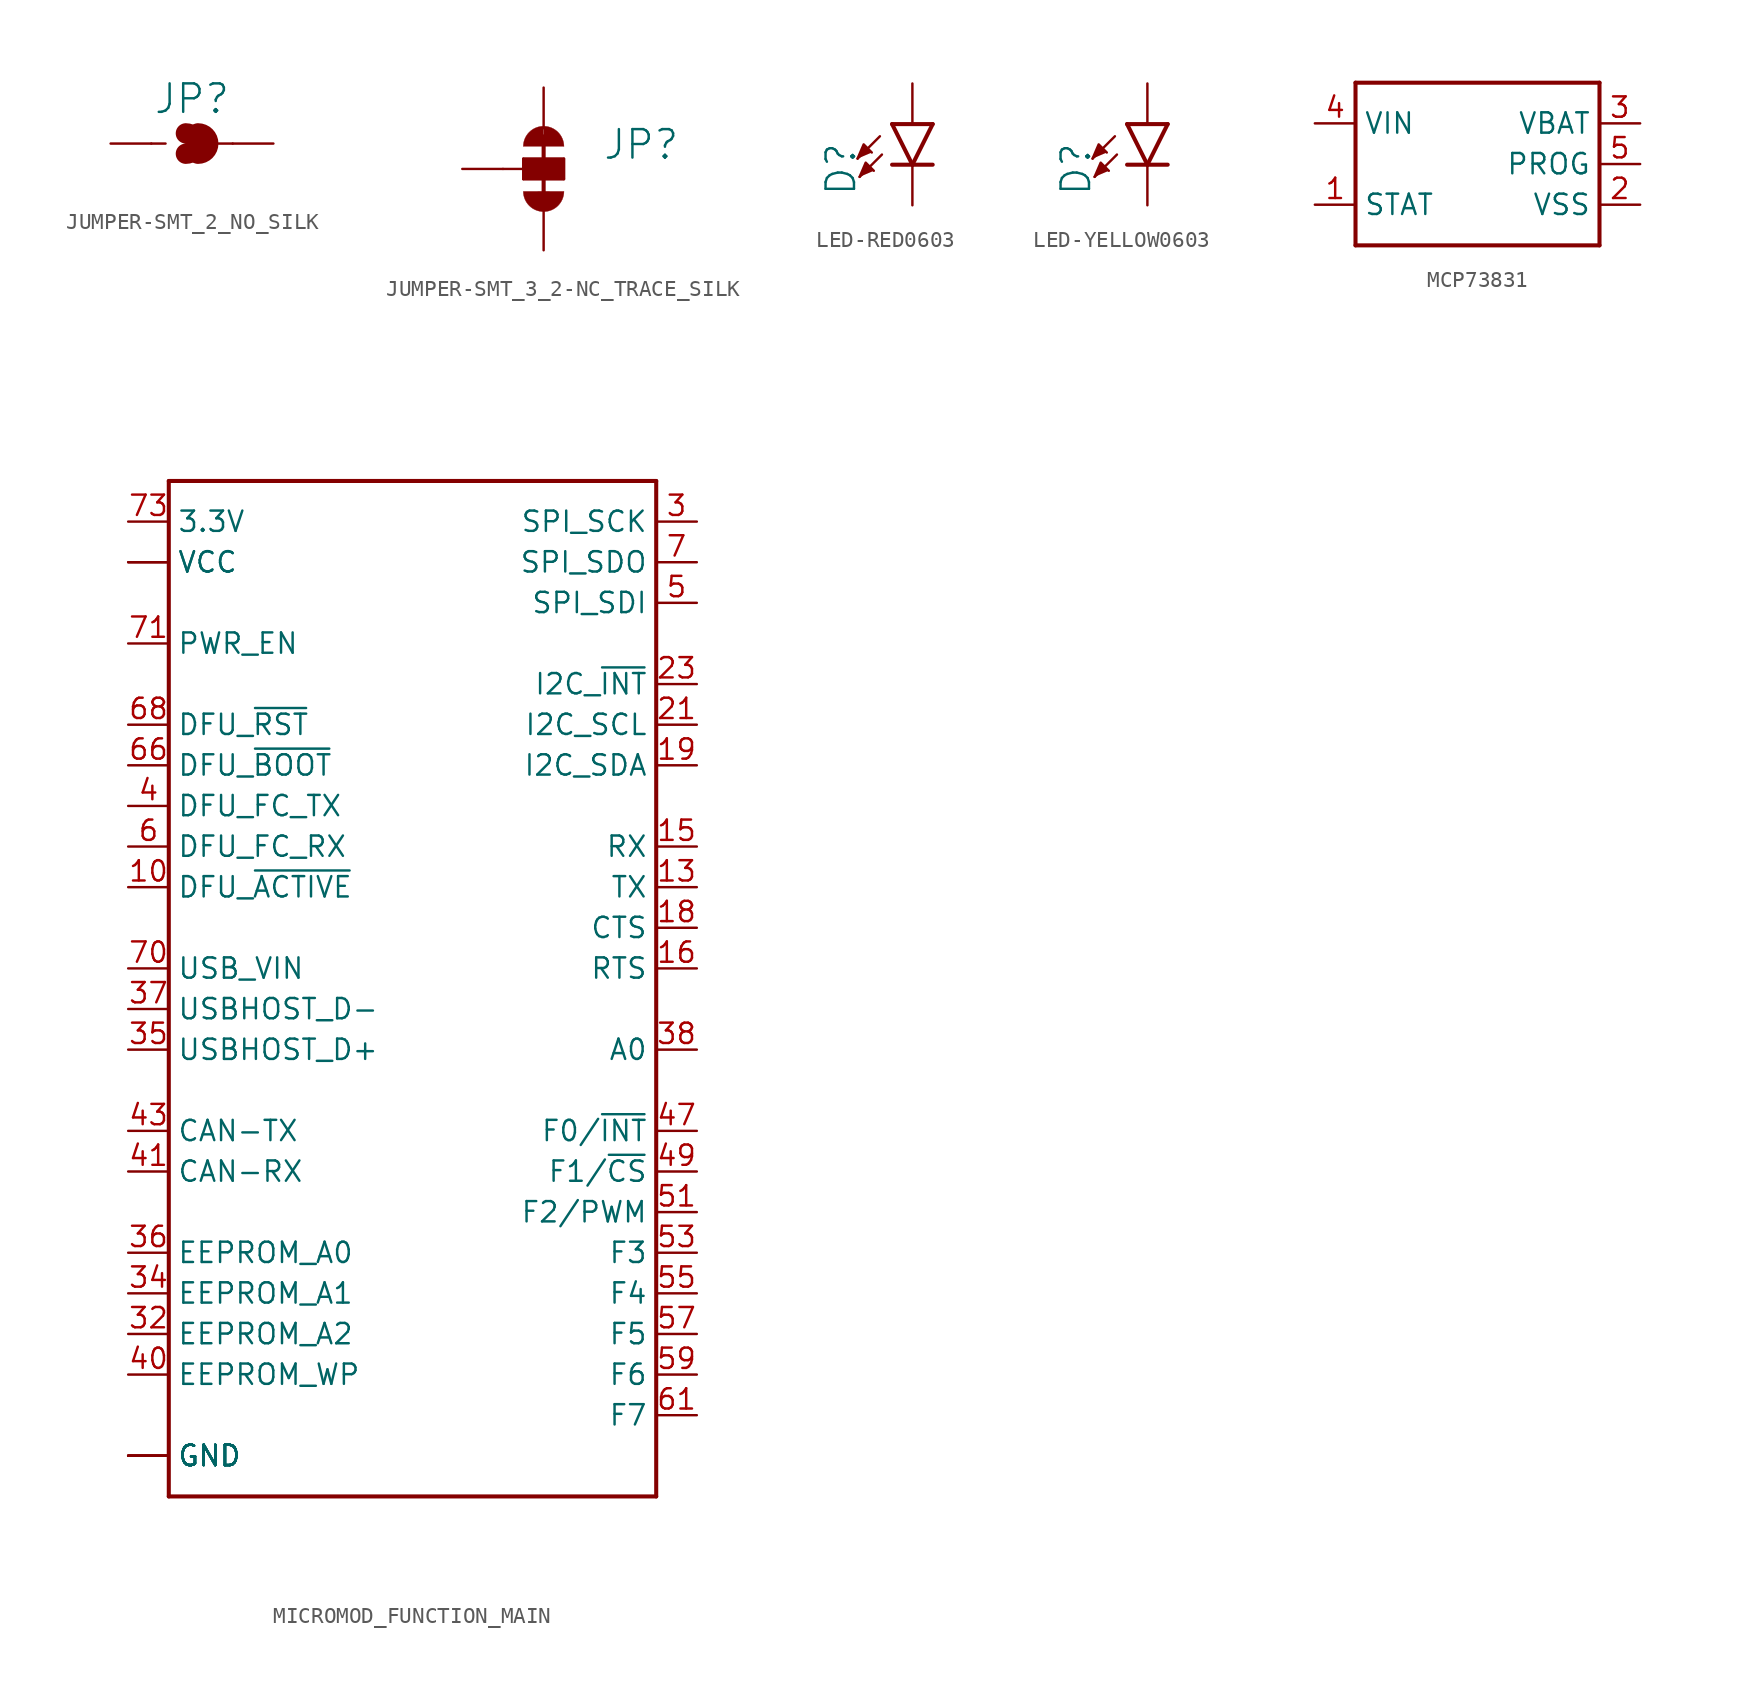
<source format=kicad_sym>
(kicad_symbol_lib
  (version 20241209)
  (generator "kicad_symbol_editor")
  (generator_version "9.0")
  (symbol "JUMPER-SMT_2_NO_SILK"
    (property "Reference" "JP"
      (at 0 2.794 0)
      (effects (font (size 1.778 1.778))))
    (property "Value" ""
      (at 0 -2.794 0)
      (effects (font (size 1.778 1.778))))
    (symbol "JUMPER-SMT_2_NO_SILK_1_0"
      (polyline (pts (xy -2.54 0) (xy -1.651 0)) (stroke (width 0.152) (type solid)) (fill (type none)))
      (arc (start -0.3808 0.635) (mid 0.2514 -0.0001) (end -0.381 -0.635) (stroke (width 1.27) (type solid)) (fill (type none)))
      (arc (start 0.381 0.635) (mid 1.0132 -0.0001) (end 0.3808 -0.635) (stroke (width 1.27) (type solid)) (fill (type none)))
      (polyline (pts (xy 2.54 0) (xy 1.651 0)) (stroke (width 0.152) (type solid)) (fill (type none)))
      (pin passive line (at -5.08 0 0) (length 2.54) (name "1" (effects (font (size 0 0)))) (number "1" (effects (font (size 0 0)))))
      (pin passive line (at 5.08 0 180) (length 2.54) (name "2" (effects (font (size 0 0)))) (number "2" (effects (font (size 0 0)))))))
  (symbol "JUMPER-SMT_3_2-NC_TRACE_SILK"
    (property "Reference" "JP"
      (at 6.096 1.524 0)
      (effects (font (size 1.778 1.778))))
    (property "Value" ""
      (at 6.858 -1.524 0)
      (effects (font (size 1.778 1.778))))
    (symbol "JUMPER-SMT_3_2-NC_TRACE_SILK_1_0"
      (polyline (pts (xy -2.54 0) (xy -1.27 0)) (stroke (width 0.152) (type solid)) (fill (type none)))
      (polyline (pts (xy -1.27 0.635) (xy 1.27 0.635)) (stroke (width 0.152) (type solid)) (fill (type none)))
      (polyline (pts (xy -1.27 0) (xy -1.27 0.635)) (stroke (width 0.152) (type solid)) (fill (type none)))
      (rectangle (start -1.27 -0.635) (end 1.27 0.635) (stroke (width 0) (type default)) (fill (type outline)))
      (polyline (pts (xy -1.27 -0.635) (xy -1.27 0)) (stroke (width 0.152) (type solid)) (fill (type none)))
      (arc (start 0 2.667) (mid 0.898 2.295) (end 1.27 1.397) (stroke (width 0.0001) (type solid)) (fill (type outline)))
      (polyline (pts (xy 0 2.032) (xy 0 -1.778)) (stroke (width 0.254) (type solid)) (fill (type none)))
      (arc (start -1.27 1.397) (mid -0.898 2.295) (end 0 2.667) (stroke (width 0.0001) (type solid)) (fill (type outline)))
      (arc (start 1.27 -1.397) (mid 0 -2.6615) (end -1.27 -1.397) (stroke (width 0.0001) (type solid)) (fill (type outline)))
      (polyline (pts (xy 1.27 0.635) (xy 1.27 -0.635)) (stroke (width 0.152) (type solid)) (fill (type none)))
      (polyline (pts (xy 1.27 -0.635) (xy -1.27 -0.635)) (stroke (width 0.152) (type solid)) (fill (type none)))
      (pin passive line (at -5.08 0 0) (length 2.54) (name "2" (effects (font (size 0 0)))) (number "2" (effects (font (size 0 0)))))
      (pin passive line (at 0 5.08 270) (length 2.54) (name "1" (effects (font (size 0 0)))) (number "1" (effects (font (size 0 0)))))
      (pin passive line (at 0 -5.08 90) (length 2.54) (name "3" (effects (font (size 0 0)))) (number "3" (effects (font (size 0 0)))))))
  (symbol "LED-RED0603"
    (property "Reference" "D"
      (at -3.429 -4.572 90)
      (effects (font (size 1.778 1.778)) (justify left bottom)))
    (property "Value" ""
      (at 1.905 -4.572 90)
      (effects (font (size 1.778 1.778)) (justify left top)))
    (symbol "LED-RED0603_1_0"
      (polyline (pts (xy -3.429 -2.159) (xy -3.048 -1.27) (xy -2.54 -1.778)) (stroke (width 0.152) (type solid)) (fill (type outline)))
      (polyline (pts (xy -3.302 -3.302) (xy -2.921 -2.413) (xy -2.413 -2.921)) (stroke (width 0.152) (type solid)) (fill (type outline)))
      (polyline (pts (xy -2.032 -0.762) (xy -3.429 -2.159)) (stroke (width 0.152) (type solid)) (fill (type none)))
      (polyline (pts (xy -1.905 -1.905) (xy -3.302 -3.302)) (stroke (width 0.152) (type solid)) (fill (type none)))
      (polyline (pts (xy 0 -2.54) (xy -1.27 0)) (stroke (width 0.254) (type solid)) (fill (type none)))
      (polyline (pts (xy 0 -2.54) (xy -1.27 -2.54)) (stroke (width 0.254) (type solid)) (fill (type none)))
      (polyline (pts (xy 1.27 0) (xy -1.27 0)) (stroke (width 0.254) (type solid)) (fill (type none)))
      (polyline (pts (xy 1.27 0) (xy 0 -2.54)) (stroke (width 0.254) (type solid)) (fill (type none)))
      (polyline (pts (xy 1.27 -2.54) (xy 0 -2.54)) (stroke (width 0.254) (type solid)) (fill (type none)))
      (pin passive line (at 0 2.54 270) (length 2.54) (name "A" (effects (font (size 0 0)))) (number "A" (effects (font (size 0 0)))))
      (pin passive line (at 0 -5.08 90) (length 2.54) (name "C" (effects (font (size 0 0)))) (number "C" (effects (font (size 0 0)))))))
  (symbol "LED-YELLOW0603"
    (property "Reference" "D"
      (at -3.429 -4.572 90)
      (effects (font (size 1.778 1.778)) (justify left bottom)))
    (property "Value" ""
      (at 1.905 -4.572 90)
      (effects (font (size 1.778 1.778)) (justify left top)))
    (symbol "LED-YELLOW0603_1_0"
      (polyline (pts (xy -3.429 -2.159) (xy -3.048 -1.27) (xy -2.54 -1.778)) (stroke (width 0.152) (type solid)) (fill (type outline)))
      (polyline (pts (xy -3.302 -3.302) (xy -2.921 -2.413) (xy -2.413 -2.921)) (stroke (width 0.152) (type solid)) (fill (type outline)))
      (polyline (pts (xy -2.032 -0.762) (xy -3.429 -2.159)) (stroke (width 0.152) (type solid)) (fill (type none)))
      (polyline (pts (xy -1.905 -1.905) (xy -3.302 -3.302)) (stroke (width 0.152) (type solid)) (fill (type none)))
      (polyline (pts (xy 0 -2.54) (xy -1.27 0)) (stroke (width 0.254) (type solid)) (fill (type none)))
      (polyline (pts (xy 0 -2.54) (xy -1.27 -2.54)) (stroke (width 0.254) (type solid)) (fill (type none)))
      (polyline (pts (xy 1.27 0) (xy -1.27 0)) (stroke (width 0.254) (type solid)) (fill (type none)))
      (polyline (pts (xy 1.27 0) (xy 0 -2.54)) (stroke (width 0.254) (type solid)) (fill (type none)))
      (polyline (pts (xy 1.27 -2.54) (xy 0 -2.54)) (stroke (width 0.254) (type solid)) (fill (type none)))
      (pin passive line (at 0 2.54 270) (length 2.54) (name "A" (effects (font (size 0 0)))) (number "A" (effects (font (size 0 0)))))
      (pin passive line (at 0 -5.08 90) (length 2.54) (name "C" (effects (font (size 0 0)))) (number "C" (effects (font (size 0 0)))))))
  (symbol "MCP73831"
    (property "Reference" "U"
      (at -7.62 5.588 0)
      (effects (font (size 1.778 1.511)) (justify left bottom) (hide yes)))
    (symbol "MCP73831_1_0"
      (polyline (pts (xy -7.62 5.08) (xy 7.62 5.08)) (stroke (width 0.254) (type solid)) (fill (type none)))
      (polyline (pts (xy -7.62 -5.08) (xy -7.62 5.08)) (stroke (width 0.254) (type solid)) (fill (type none)))
      (polyline (pts (xy 7.62 5.08) (xy 7.62 -5.08)) (stroke (width 0.254) (type solid)) (fill (type none)))
      (polyline (pts (xy 7.62 -5.08) (xy -7.62 -5.08)) (stroke (width 0.254) (type solid)) (fill (type none)))
      (pin power_in line (at -10.16 2.54 0) (length 2.54) (name "VIN" (effects (font (size 1.27 1.27)))) (number "4" (effects (font (size 1.27 1.27)))))
      (pin output line (at -10.16 -2.54 0) (length 2.54) (name "STAT" (effects (font (size 1.27 1.27)))) (number "1" (effects (font (size 1.27 1.27)))))
      (pin power_in line (at 10.16 2.54 180) (length 2.54) (name "VBAT" (effects (font (size 1.27 1.27)))) (number "3" (effects (font (size 1.27 1.27)))))
      (pin input line (at 10.16 0 180) (length 2.54) (name "PROG" (effects (font (size 1.27 1.27)))) (number "5" (effects (font (size 1.27 1.27)))))
      (pin power_in line (at 10.16 -2.54 180) (length 2.54) (name "VSS" (effects (font (size 1.27 1.27)))) (number "2" (effects (font (size 1.27 1.27)))))))
  (symbol "MICROMOD_FUNCTION_MAIN"
    (property "Reference" "J"
      (at -15.24 28.448 0)
      (effects (font (size 1.778 1.511)) (justify left bottom) (hide yes)))
    (symbol "MICROMOD_FUNCTION_MAIN_1_0"
      (polyline (pts (xy -15.24 27.94) (xy 15.24 27.94)) (stroke (width 0.254) (type solid)) (fill (type none)))
      (polyline (pts (xy -15.24 -35.56) (xy -15.24 27.94)) (stroke (width 0.254) (type solid)) (fill (type none)))
      (polyline (pts (xy 15.24 27.94) (xy 15.24 -35.56)) (stroke (width 0.254) (type solid)) (fill (type none)))
      (polyline (pts (xy 15.24 -35.56) (xy -15.24 -35.56)) (stroke (width 0.254) (type solid)) (fill (type none)))
      (pin bidirectional line (at -17.78 25.4 0) (length 2.54) (name "3.3V" (effects (font (size 1.27 1.27)))) (number "73" (effects (font (size 1.27 1.27)))))
      (pin bidirectional line (at -17.78 22.86 0) (length 2.54) (name "VCC" (effects (font (size 1.27 1.27)))) (number "72" (effects (font (size 0 0)))))
      (pin bidirectional line (at -17.78 22.86 0) (length 2.54) (name "VCC" (effects (font (size 1.27 1.27)))) (number "74" (effects (font (size 0 0)))))
      (pin bidirectional line (at -17.78 17.78 0) (length 2.54) (name "PWR_EN" (effects (font (size 1.27 1.27)))) (number "71" (effects (font (size 1.27 1.27)))))
      (pin bidirectional line (at -17.78 12.7 0) (length 2.54) (name "DFU_~{RST}" (effects (font (size 1.27 1.27)))) (number "68" (effects (font (size 1.27 1.27)))))
      (pin bidirectional line (at -17.78 10.16 0) (length 2.54) (name "DFU_~{BOOT}" (effects (font (size 1.27 1.27)))) (number "66" (effects (font (size 1.27 1.27)))))
      (pin bidirectional line (at -17.78 7.62 0) (length 2.54) (name "DFU_FC_TX" (effects (font (size 1.27 1.27)))) (number "4" (effects (font (size 1.27 1.27)))))
      (pin bidirectional line (at -17.78 5.08 0) (length 2.54) (name "DFU_FC_RX" (effects (font (size 1.27 1.27)))) (number "6" (effects (font (size 1.27 1.27)))))
      (pin bidirectional line (at -17.78 2.54 0) (length 2.54) (name "DFU_~{ACTIVE}" (effects (font (size 1.27 1.27)))) (number "10" (effects (font (size 1.27 1.27)))))
      (pin bidirectional line (at -17.78 -2.54 0) (length 2.54) (name "USB_VIN" (effects (font (size 1.27 1.27)))) (number "70" (effects (font (size 1.27 1.27)))))
      (pin bidirectional line (at -17.78 -5.08 0) (length 2.54) (name "USBHOST_D-" (effects (font (size 1.27 1.27)))) (number "37" (effects (font (size 1.27 1.27)))))
      (pin bidirectional line (at -17.78 -7.62 0) (length 2.54) (name "USBHOST_D+" (effects (font (size 1.27 1.27)))) (number "35" (effects (font (size 1.27 1.27)))))
      (pin bidirectional line (at -17.78 -12.7 0) (length 2.54) (name "CAN-TX" (effects (font (size 1.27 1.27)))) (number "43" (effects (font (size 1.27 1.27)))))
      (pin bidirectional line (at -17.78 -15.24 0) (length 2.54) (name "CAN-RX" (effects (font (size 1.27 1.27)))) (number "41" (effects (font (size 1.27 1.27)))))
      (pin bidirectional line (at -17.78 -20.32 0) (length 2.54) (name "EEPROM_A0" (effects (font (size 1.27 1.27)))) (number "36" (effects (font (size 1.27 1.27)))))
      (pin bidirectional line (at -17.78 -22.86 0) (length 2.54) (name "EEPROM_A1" (effects (font (size 1.27 1.27)))) (number "34" (effects (font (size 1.27 1.27)))))
      (pin bidirectional line (at -17.78 -25.4 0) (length 2.54) (name "EEPROM_A2" (effects (font (size 1.27 1.27)))) (number "32" (effects (font (size 1.27 1.27)))))
      (pin bidirectional line (at -17.78 -27.94 0) (length 2.54) (name "EEPROM_WP" (effects (font (size 1.27 1.27)))) (number "40" (effects (font (size 1.27 1.27)))))
      (pin bidirectional line (at -17.78 -33.02 0) (length 2.54) (name "GND" (effects (font (size 1.27 1.27)))) (number "1" (effects (font (size 0 0)))))
      (pin bidirectional line (at -17.78 -33.02 0) (length 2.54) (name "GND" (effects (font (size 1.27 1.27)))) (number "2" (effects (font (size 0 0)))))
      (pin bidirectional line (at -17.78 -33.02 0) (length 2.54) (name "GND" (effects (font (size 1.27 1.27)))) (number "33" (effects (font (size 0 0)))))
      (pin bidirectional line (at -17.78 -33.02 0) (length 2.54) (name "GND" (effects (font (size 1.27 1.27)))) (number "39" (effects (font (size 0 0)))))
      (pin bidirectional line (at -17.78 -33.02 0) (length 2.54) (name "GND" (effects (font (size 1.27 1.27)))) (number "45" (effects (font (size 0 0)))))
      (pin bidirectional line (at -17.78 -33.02 0) (length 2.54) (name "GND" (effects (font (size 1.27 1.27)))) (number "75" (effects (font (size 0 0)))))
      (pin bidirectional line (at -17.78 -33.02 0) (length 2.54) (name "GND" (effects (font (size 1.27 1.27)))) (number "8" (effects (font (size 0 0)))))
      (pin bidirectional line (at 17.78 25.4 180) (length 2.54) (name "SPI_SCK" (effects (font (size 1.27 1.27)))) (number "3" (effects (font (size 1.27 1.27)))))
      (pin bidirectional line (at 17.78 22.86 180) (length 2.54) (name "SPI_SDO" (effects (font (size 1.27 1.27)))) (number "7" (effects (font (size 1.27 1.27)))))
      (pin bidirectional line (at 17.78 20.32 180) (length 2.54) (name "SPI_SDI" (effects (font (size 1.27 1.27)))) (number "5" (effects (font (size 1.27 1.27)))))
      (pin bidirectional line (at 17.78 15.24 180) (length 2.54) (name "I2C_~{INT}" (effects (font (size 1.27 1.27)))) (number "23" (effects (font (size 1.27 1.27)))))
      (pin bidirectional line (at 17.78 12.7 180) (length 2.54) (name "I2C_SCL" (effects (font (size 1.27 1.27)))) (number "21" (effects (font (size 1.27 1.27)))))
      (pin bidirectional line (at 17.78 10.16 180) (length 2.54) (name "I2C_SDA" (effects (font (size 1.27 1.27)))) (number "19" (effects (font (size 1.27 1.27)))))
      (pin bidirectional line (at 17.78 5.08 180) (length 2.54) (name "RX" (effects (font (size 1.27 1.27)))) (number "15" (effects (font (size 1.27 1.27)))))
      (pin bidirectional line (at 17.78 2.54 180) (length 2.54) (name "TX" (effects (font (size 1.27 1.27)))) (number "13" (effects (font (size 1.27 1.27)))))
      (pin bidirectional line (at 17.78 0 180) (length 2.54) (name "CTS" (effects (font (size 1.27 1.27)))) (number "18" (effects (font (size 1.27 1.27)))))
      (pin bidirectional line (at 17.78 -2.54 180) (length 2.54) (name "RTS" (effects (font (size 1.27 1.27)))) (number "16" (effects (font (size 1.27 1.27)))))
      (pin bidirectional line (at 17.78 -7.62 180) (length 2.54) (name "A0" (effects (font (size 1.27 1.27)))) (number "38" (effects (font (size 1.27 1.27)))))
      (pin bidirectional line (at 17.78 -12.7 180) (length 2.54) (name "F0/~{INT}" (effects (font (size 1.27 1.27)))) (number "47" (effects (font (size 1.27 1.27)))))
      (pin bidirectional line (at 17.78 -15.24 180) (length 2.54) (name "F1/~{CS}" (effects (font (size 1.27 1.27)))) (number "49" (effects (font (size 1.27 1.27)))))
      (pin bidirectional line (at 17.78 -17.78 180) (length 2.54) (name "F2/PWM" (effects (font (size 1.27 1.27)))) (number "51" (effects (font (size 1.27 1.27)))))
      (pin bidirectional line (at 17.78 -20.32 180) (length 2.54) (name "F3" (effects (font (size 1.27 1.27)))) (number "53" (effects (font (size 1.27 1.27)))))
      (pin bidirectional line (at 17.78 -22.86 180) (length 2.54) (name "F4" (effects (font (size 1.27 1.27)))) (number "55" (effects (font (size 1.27 1.27)))))
      (pin bidirectional line (at 17.78 -25.4 180) (length 2.54) (name "F5" (effects (font (size 1.27 1.27)))) (number "57" (effects (font (size 1.27 1.27)))))
      (pin bidirectional line (at 17.78 -27.94 180) (length 2.54) (name "F6" (effects (font (size 1.27 1.27)))) (number "59" (effects (font (size 1.27 1.27)))))
      (pin bidirectional line (at 17.78 -30.48 180) (length 2.54) (name "F7" (effects (font (size 1.27 1.27)))) (number "61" (effects (font (size 1.27 1.27))))))))
</source>
